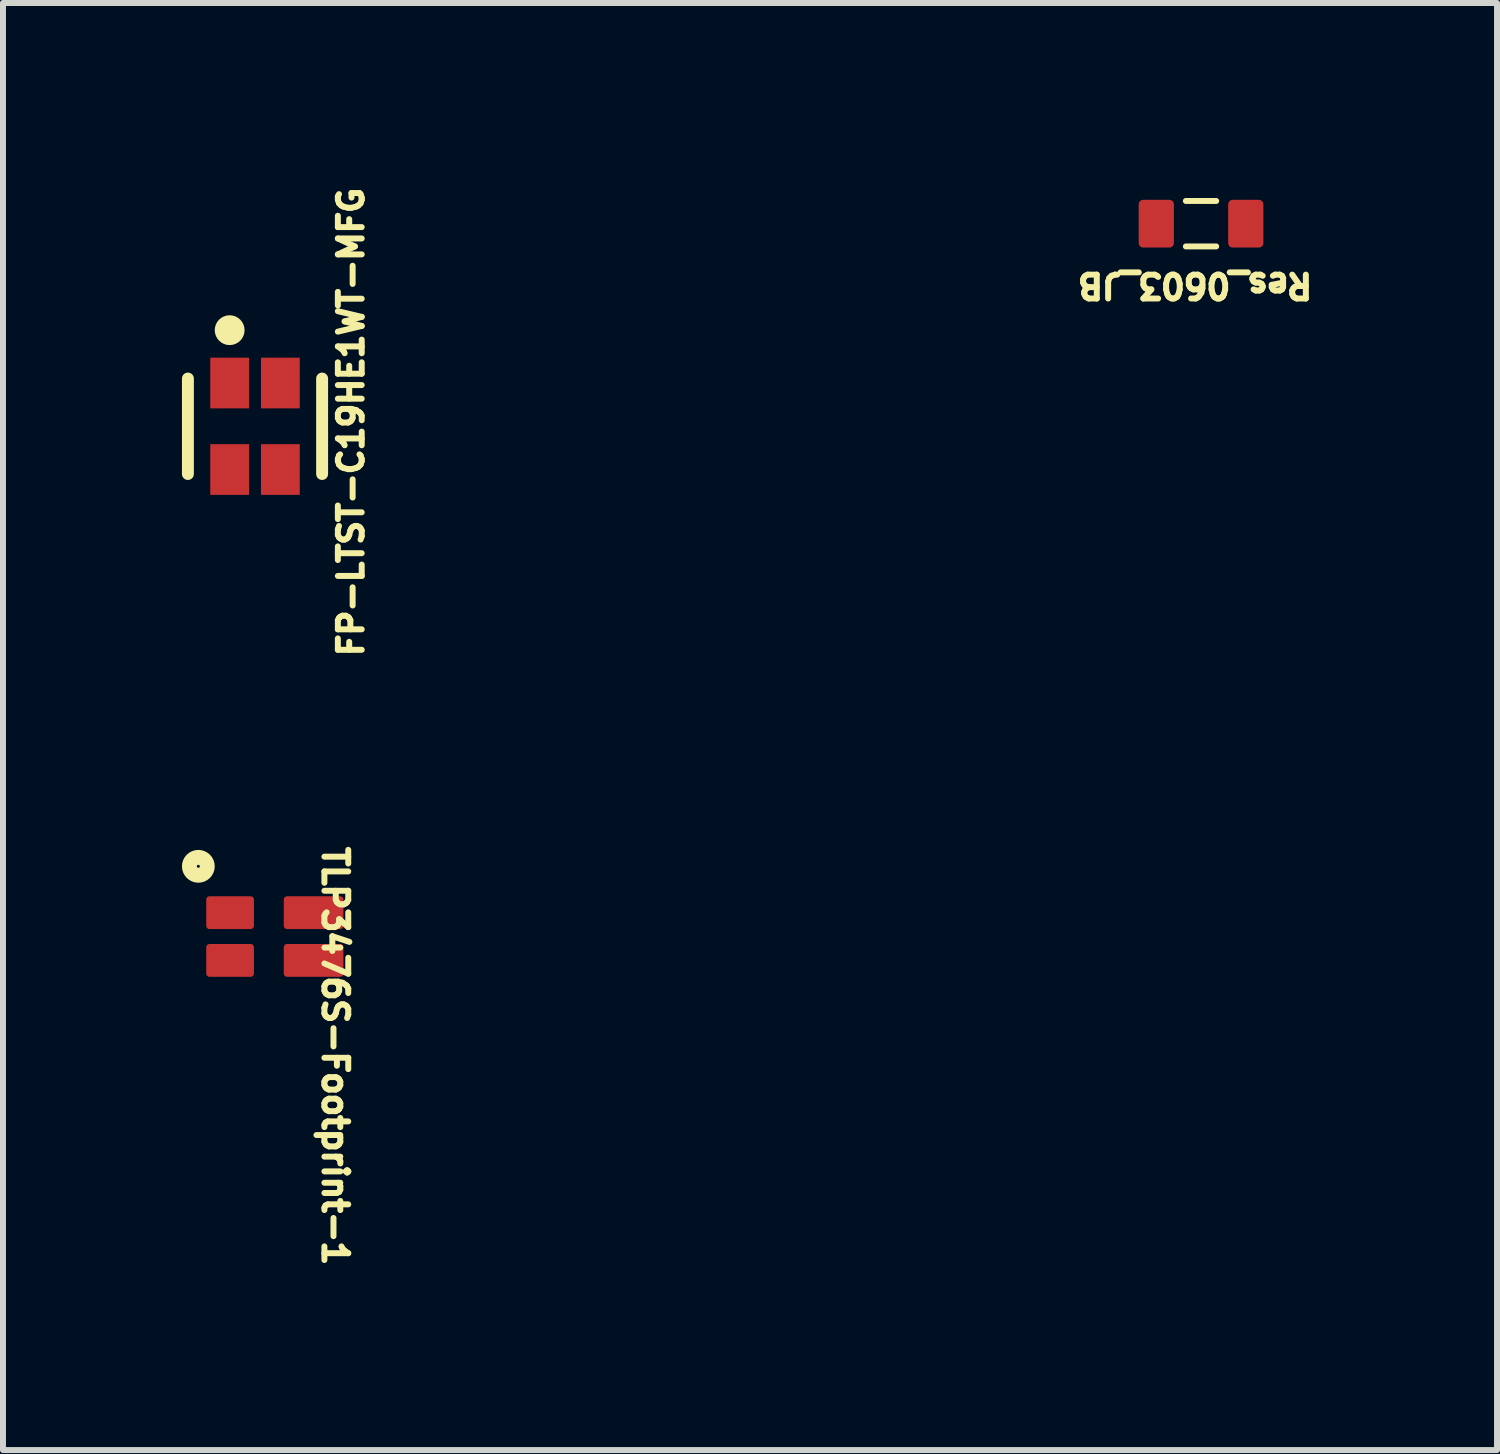
<source format=kicad_pcb>
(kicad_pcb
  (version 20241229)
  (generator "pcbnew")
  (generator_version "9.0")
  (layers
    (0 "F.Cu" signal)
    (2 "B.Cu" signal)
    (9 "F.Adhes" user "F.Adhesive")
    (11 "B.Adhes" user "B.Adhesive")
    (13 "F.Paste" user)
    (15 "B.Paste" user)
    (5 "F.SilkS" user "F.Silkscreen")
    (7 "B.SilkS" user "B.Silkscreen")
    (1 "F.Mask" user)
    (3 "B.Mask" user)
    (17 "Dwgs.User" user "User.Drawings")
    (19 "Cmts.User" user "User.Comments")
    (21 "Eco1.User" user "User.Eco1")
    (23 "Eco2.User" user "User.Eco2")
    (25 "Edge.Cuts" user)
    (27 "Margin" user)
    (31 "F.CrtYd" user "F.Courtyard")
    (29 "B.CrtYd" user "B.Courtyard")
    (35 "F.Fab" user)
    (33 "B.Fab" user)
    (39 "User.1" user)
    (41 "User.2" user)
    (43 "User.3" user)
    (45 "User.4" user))
  (footprint "TLP3476S-Footprint-1"
    (layer "F.Cu")
    (at 1.442 12.65)
    (property "Reference" "TLP3476S-Footprint-1" (at 1.126 2.004 270) (unlocked yes) (layer "F.SilkS") (effects (font (size 0.4 0.4) (thickness 0.1))))
    (fp_circle (center -1.167 -1.177) (end -1.167 -1.327) (stroke (width 0.25) (type solid)) (fill no) (layer "F.SilkS"))
    (fp_line (start -1.285 -0.925) (end 1.515 -0.925) (stroke (width 0.1) (type solid)) (layer "User.2"))
    (fp_line (start -1.285 0.675) (end -1.285 -0.675) (stroke (width 0.1) (type solid)) (layer "User.2"))
    (fp_line (start -1.285 0.925) (end -1.285 -0.925) (stroke (width 0.1) (type solid)) (layer "User.2"))
    (fp_line (start -1.285 0.925) (end 1.515 0.925) (stroke (width 0.1) (type solid)) (layer "User.2"))
    (fp_line (start -0.92 0.925) (end 1.265 0.925) (stroke (width 0.1) (type solid)) (layer "User.2"))
    (fp_line (start 1.515 0.675) (end 1.515 -0.675) (stroke (width 0.1) (type solid)) (layer "User.2"))
    (fp_line (start 1.515 0.925) (end 1.515 -0.925) (stroke (width 0.1) (type solid)) (layer "User.2"))
    (fp_line (start -0.381 0) (end 0.381 0) (stroke (width 0.1) (type solid)) (layer "User.3"))
    (fp_line (start 0 0.381) (end 0 -0.381) (stroke (width 0.1) (type solid)) (layer "User.3"))
    (fp_rect (start -0.108 -0.125) (end -0.908 -0.675) (stroke (width 0.1) (type default)) (fill no) (layer "User.4"))
    (pad "1" smd roundrect (at -0.635 -0.4 90) (size 0.55 0.8) (layers "F.Cu" "F.Mask" "F.Paste") (roundrect_rratio 0.1))
    (pad "2" smd roundrect (at -0.635 0.4 90) (size 0.55 0.8) (layers "F.Cu" "F.Mask" "F.Paste") (roundrect_rratio 0.1))
    (pad "3" smd roundrect (at 0.765 0.4 90) (size 0.55 1) (layers "F.Cu" "F.Mask" "F.Paste") (roundrect_rratio 0.1))
    (pad "4" smd roundrect (at 0.765 -0.4 90) (size 0.55 1) (layers "F.Cu" "F.Mask" "F.Paste") (roundrect_rratio 0.1)))
  (footprint "FP-LTST-C19HE1WT-MFG"
    (layer "F.Cu")
    (at 1.225 4.096)
    (property "Reference" "FP-LTST-C19HE1WT-MFG" (at 1.609 -0.072 90) (unlocked yes) (layer "F.SilkS") (effects (font (size 0.4 0.4) (thickness 0.1))))
    (fp_line (start -1.125 0.8) (end -1.125 -0.8) (stroke (width 0.2) (type solid)) (layer "F.SilkS"))
    (fp_line (start 1.125 0.8) (end 1.125 -0.8) (stroke (width 0.2) (type solid)) (layer "F.SilkS"))
    (fp_circle (center -0.425 -1.611) (end -0.55 -1.611) (stroke (width 0.25) (type solid)) (fill no) (layer "F.SilkS"))
    (fp_line (start -0.95 1.25) (end -0.95 -1.25) (stroke (width 0.2) (type solid)) (layer "User.2"))
    (fp_line (start 0.95 -1.25) (end -0.95 -1.25) (stroke (width 0.2) (type solid)) (layer "User.2"))
    (fp_line (start 0.95 1.25) (end -0.95 1.25) (stroke (width 0.2) (type solid)) (layer "User.2"))
    (fp_line (start 0.95 1.25) (end 0.95 -1.25) (stroke (width 0.2) (type solid)) (layer "User.2"))
    (fp_line (start 0 0.285) (end 0 -0.285) (stroke (width 0.1) (type solid)) (layer "User.3"))
    (fp_line (start 0.285 0) (end -0.285 0) (stroke (width 0.1) (type solid)) (layer "User.3"))
    (fp_line (start -0.85 0.85) (end -0.85 -0.85) (stroke (width 0.2) (type solid)) (layer "User.4"))
    (fp_line (start 0.85 -0.85) (end -0.85 -0.85) (stroke (width 0.2) (type solid)) (layer "User.4"))
    (fp_line (start 0.85 0.85) (end -0.85 0.85) (stroke (width 0.2) (type solid)) (layer "User.4"))
    (fp_line (start 0.85 0.85) (end 0.85 -0.85) (stroke (width 0.2) (type solid)) (layer "User.4"))
    (fp_line (start -0.95 1.25) (end -0.95 -1.25) (stroke (width 0.2) (type solid)) (layer "User.9"))
    (fp_line (start 0.95 -1.25) (end -0.95 -1.25) (stroke (width 0.2) (type solid)) (layer "User.9"))
    (fp_line (start 0.95 1.25) (end -0.95 1.25) (stroke (width 0.2) (type solid)) (layer "User.9"))
    (fp_line (start 0.95 1.25) (end 0.95 -1.25) (stroke (width 0.2) (type solid)) (layer "User.9"))
    (fp_text user "${REFERENCE}" (at -0.00001 0.097 0) (unlocked yes) (layer "User.9") (effects (font (face "Arial") (size 0.63 0.63) (thickness 0.1)) (justify left bottom)))
    (pad "1" smd rect (at -0.425 -0.725) (size 0.65 0.85) (layers "F.Cu" "F.Mask" "F.Paste"))
    (pad "2" smd rect (at 0.425 -0.725) (size 0.65 0.85) (layers "F.Cu" "F.Mask" "F.Paste"))
    (pad "3" smd rect (at 0.425 0.725) (size 0.65 0.85) (layers "F.Cu" "F.Mask" "F.Paste"))
    (pad "4" smd rect (at -0.425 0.725) (size 0.65 0.85) (layers "F.Cu" "F.Mask" "F.Paste")))
  (footprint "Res_0603_JB"
    (layer "F.Cu")
    (at 17.084 0.7)
    (property "Reference" "Res_0603_JB" (at -0.1 1.034 180) (unlocked yes) (layer "F.SilkS") (effects (font (size 0.4 0.4) (thickness 0.1))))
    (fp_line (start 0.254 -0.381) (end -0.254 -0.381) (stroke (width 0.1) (type solid)) (layer "F.SilkS"))
    (fp_line (start 0.254 0.381) (end -0.254 0.381) (stroke (width 0.1) (type solid)) (layer "F.SilkS"))
    (fp_line (start -1.27 0.675) (end -1.27 -0.675) (stroke (width 0.05) (type solid)) (layer "User.2"))
    (fp_line (start 1.27 -0.675) (end -1.27 -0.675) (stroke (width 0.05) (type solid)) (layer "User.2"))
    (fp_line (start 1.27 0.675) (end -1.27 0.675) (stroke (width 0.05) (type solid)) (layer "User.2"))
    (fp_line (start 1.27 0.675) (end 1.27 -0.675) (stroke (width 0.05) (type solid)) (layer "User.2"))
    (fp_line (start 0.00001 0.425) (end 0.00001 -0.425) (stroke (width 0.05) (type solid)) (layer "User.3"))
    (fp_line (start 0.425 0.00002) (end -0.425 0.00002) (stroke (width 0.05) (type solid)) (layer "User.3"))
    (fp_poly (pts (xy -1.016 -0.381) (xy -0.508 -0.381) (xy -0.508 0.381) (xy -1.016 0.381)) (stroke (width 0.1) (type default)) (fill no) (layer "User.6"))
    (pad "1" smd roundrect (at -0.75 0.00002 90) (size 0.8 0.59) (layers "F.Cu" "F.Mask" "F.Paste") (roundrect_rratio 0.125))
    (pad "2" smd roundrect (at 0.75 0.00002 90) (size 0.8 0.59) (layers "F.Cu" "F.Mask" "F.Paste") (roundrect_rratio 0.125)))
  (gr_rect
    (start -3 -3)
    (end 22.046 21.259)
    (stroke (width 0.1) (type default))
    (fill no)
    (layer "Edge.Cuts")))
</source>
